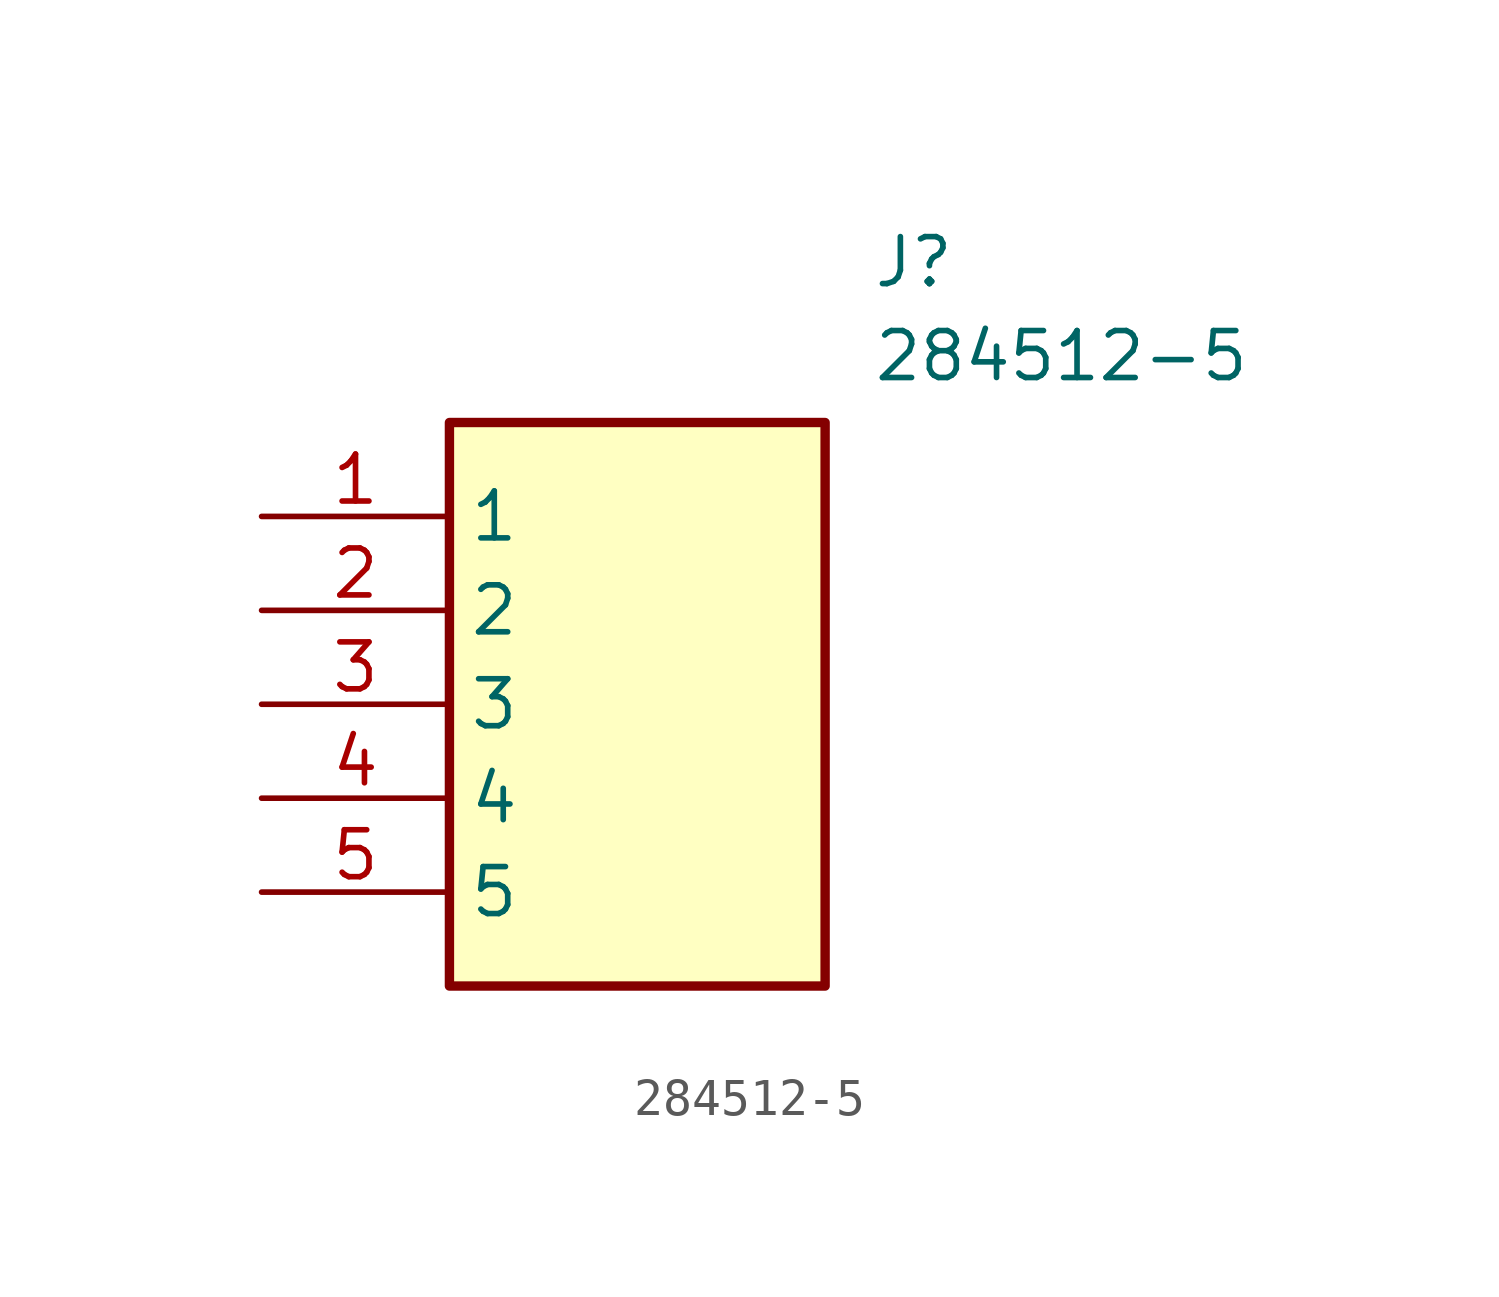
<source format=kicad_sym>
(kicad_symbol_lib
  (version 20211014)
  (generator SamacSys_ECAD_Model)
  (symbol "284512-5"
    (property "Reference" "J"
      (at 16.51 7.62 0)
      (effects (font (size 1.27 1.27)) (justify left top)))
    (property "Value" "284512-5"
      (at 16.51 5.08 0)
      (effects (font (size 1.27 1.27)) (justify left top)))
    (rectangle
      (start 5.08 2.54)
      (end 15.24 -12.7)
      (stroke (width 0.254) (type default))
      (fill (type background)))
    (pin passive line
      (at 0 0 0)
      (length 5.08)
      (name "1" (effects (font (size 1.27 1.27))))
      (number "1" (effects (font (size 1.27 1.27)))))
    (pin passive line
      (at 0 -2.54 0)
      (length 5.08)
      (name "2" (effects (font (size 1.27 1.27))))
      (number "2" (effects (font (size 1.27 1.27)))))
    (pin passive line
      (at 0 -5.08 0)
      (length 5.08)
      (name "3" (effects (font (size 1.27 1.27))))
      (number "3" (effects (font (size 1.27 1.27)))))
    (pin passive line
      (at 0 -7.62 0)
      (length 5.08)
      (name "4" (effects (font (size 1.27 1.27))))
      (number "4" (effects (font (size 1.27 1.27)))))
    (pin passive line
      (at 0 -10.16 0)
      (length 5.08)
      (name "5" (effects (font (size 1.27 1.27))))
      (number "5" (effects (font (size 1.27 1.27)))))))
</source>
